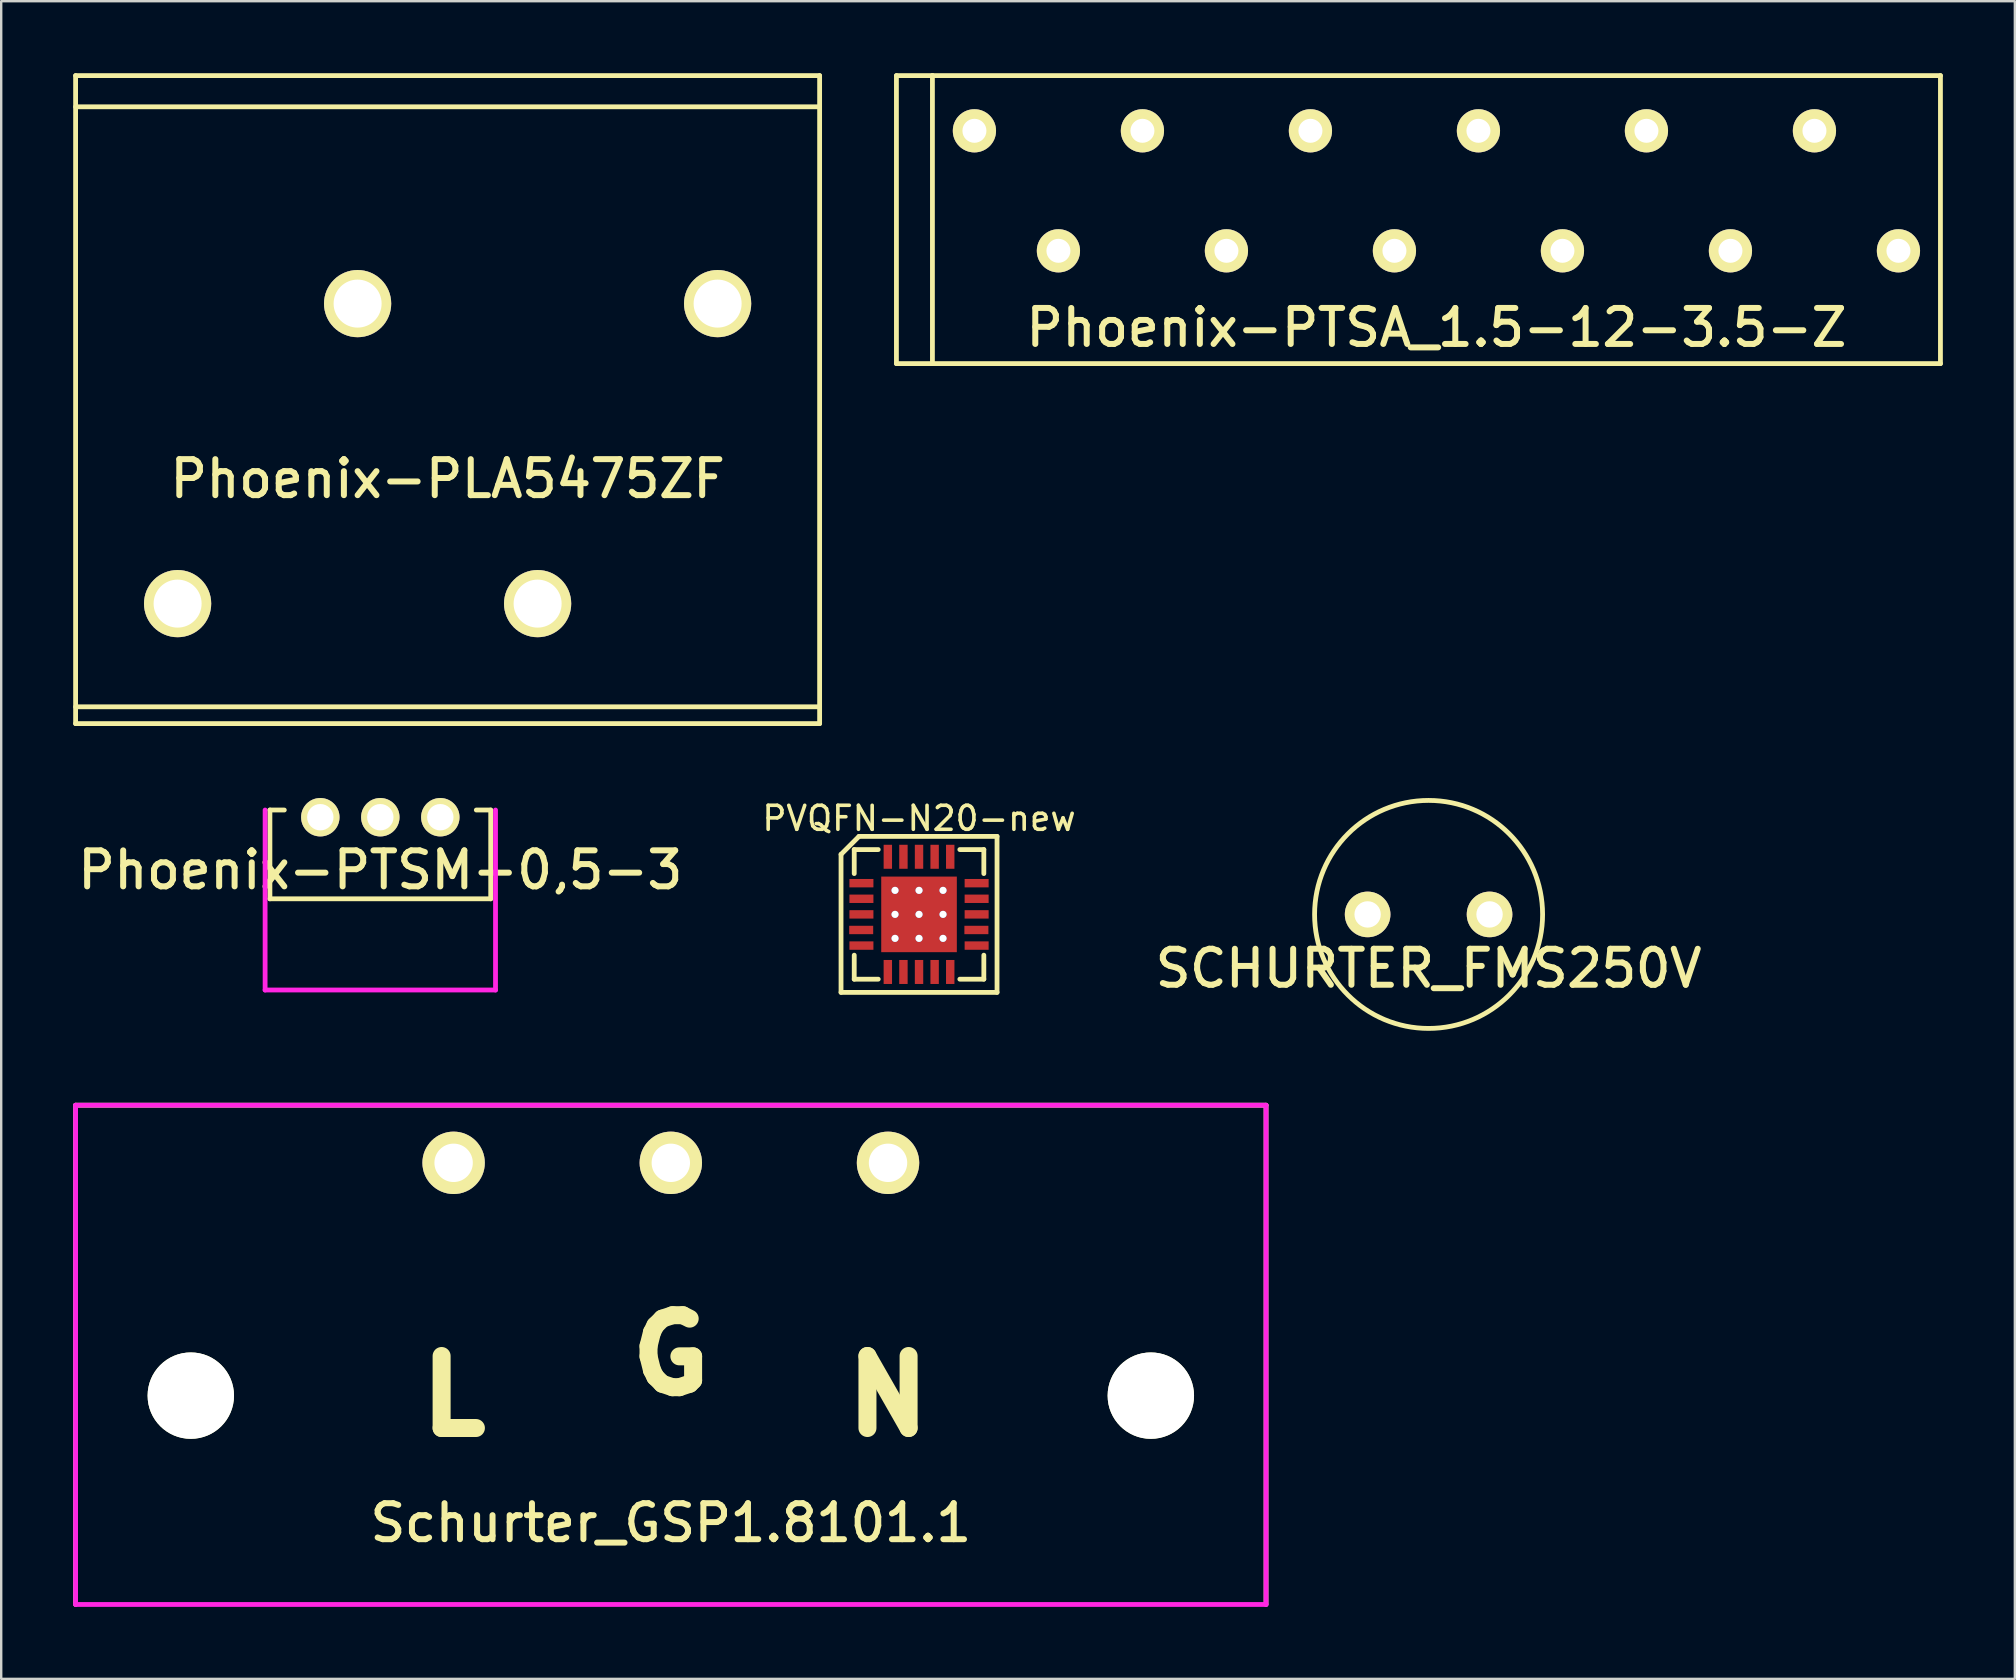
<source format=kicad_pcb>
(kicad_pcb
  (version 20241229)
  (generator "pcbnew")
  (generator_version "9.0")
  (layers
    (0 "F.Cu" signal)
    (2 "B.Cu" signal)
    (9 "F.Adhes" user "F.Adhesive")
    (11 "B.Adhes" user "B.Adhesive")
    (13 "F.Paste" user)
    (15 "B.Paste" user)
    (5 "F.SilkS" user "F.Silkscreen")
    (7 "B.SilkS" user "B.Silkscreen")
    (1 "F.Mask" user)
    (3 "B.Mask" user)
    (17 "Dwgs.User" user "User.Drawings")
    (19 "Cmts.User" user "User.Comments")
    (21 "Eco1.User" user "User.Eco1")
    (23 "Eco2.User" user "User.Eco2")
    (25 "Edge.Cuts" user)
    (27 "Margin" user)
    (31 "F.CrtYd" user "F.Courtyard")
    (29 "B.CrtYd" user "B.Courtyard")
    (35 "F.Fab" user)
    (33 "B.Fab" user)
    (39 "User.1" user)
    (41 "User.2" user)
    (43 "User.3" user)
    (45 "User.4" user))
  (footprint "SCHURTER_FMS250V"
    (layer "F.Cu")
    (at 56.473 35.05)
    (property "Reference" "SCHURTER_FMS250V" (at 0 2.25 0) (layer "F.SilkS") (effects (font (size 1.5 1.5) (thickness 0.25))))
    (attr through_hole)
    (fp_circle (center 0 0) (end 4.75 0) (stroke (width 0.2) (type solid)) (fill no) (layer "F.SilkS"))
    (pad "1" thru_hole circle (at -2.54 0) (size 1.9 1.9) (drill 1.1) (layers "*.Cu" "*.Mask" "F.SilkS"))
    (pad "2" thru_hole circle (at 2.54 0) (size 1.9 1.9) (drill 1.1) (layers "*.Cu" "*.Mask" "F.SilkS")))
  (footprint "Phoenix-PLA5475ZF"
    (layer "F.Cu")
    (at 15.6 13.9)
    (property "Reference" "Phoenix-PLA5475ZF" (at 0 3 0) (layer "F.SilkS") (effects (font (size 1.5 1.5) (thickness 0.25))))
    (attr through_hole)
    (fp_line (start -15.5 -13.8) (end -15.5 13.2) (stroke (width 0.2) (type solid)) (layer "F.SilkS"))
    (fp_line (start -15.5 12.5) (end 15.5 12.5) (stroke (width 0.2) (type solid)) (layer "F.SilkS"))
    (fp_line (start -15.5 13.2) (end 15.5 13.2) (stroke (width 0.2) (type solid)) (layer "F.SilkS"))
    (fp_line (start 15.5 -13.8) (end -15.5 -13.8) (stroke (width 0.2) (type solid)) (layer "F.SilkS"))
    (fp_line (start 15.5 -12.5) (end -15.5 -12.5) (stroke (width 0.2) (type solid)) (layer "F.SilkS"))
    (fp_line (start 15.5 13.2) (end 15.5 -13.8) (stroke (width 0.2) (type solid)) (layer "F.SilkS"))
    (pad "1" thru_hole circle (at -11.25 8.2) (size 2.8 2.8) (drill 2) (layers "*.Cu" "*.Mask" "F.SilkS"))
    (pad "2" thru_hole circle (at -3.75 -4.3) (size 2.8 2.8) (drill 2) (layers "*.Cu" "*.Mask" "F.SilkS"))
    (pad "3" thru_hole circle (at 3.75 8.2) (size 2.8 2.8) (drill 2) (layers "*.Cu" "*.Mask" "F.SilkS"))
    (pad "4" thru_hole circle (at 11.25 -4.3) (size 2.8 2.8) (drill 2) (layers "*.Cu" "*.Mask" "F.SilkS")))
  (footprint "Schurter_GSP1.8101.1"
    (layer "F.Cu")
    (at 24.9 45.4)
    (property "Reference" "Schurter_GSP1.8101.1" (at 0 15 0) (layer "F.SilkS") (effects (font (size 1.5 1.5) (thickness 0.25))))
    (attr through_hole)
    (fp_line (start -24.8 18.4) (end -24.8 -2.4) (stroke (width 0.2) (type solid)) (layer "F.SilkS"))
    (fp_line (start 24.8 -2.4) (end -24.8 -2.4) (stroke (width 0.2) (type solid)) (layer "F.SilkS"))
    (fp_line (start 24.8 18.4) (end 24.8 -2.4) (stroke (width 0.2) (type solid)) (layer "F.SilkS"))
    (fp_line (start -24.8 18.4) (end -24.8 -2.4) (stroke (width 0.2) (type solid)) (layer "F.CrtYd"))
    (fp_line (start -24.8 18.4) (end 24.8 18.4) (stroke (width 0.2) (type solid)) (layer "F.CrtYd"))
    (fp_line (start 24.8 -2.4) (end -24.8 -2.4) (stroke (width 0.2) (type solid)) (layer "F.CrtYd"))
    (fp_line (start 24.8 18.4) (end 24.8 -2.4) (stroke (width 0.2) (type solid)) (layer "F.CrtYd"))
    (fp_text user "G" (at 0 8 0) (layer "F.SilkS") (effects (font (size 3 3) (thickness 0.75))))
    (fp_text user "L" (at -9.05 9.7 0) (layer "F.SilkS") (effects (font (size 3 3) (thickness 0.75))))
    (fp_text user "N" (at 9.05 9.7 0) (layer "F.SilkS") (effects (font (size 3 3) (thickness 0.75))))
    (pad "" np_thru_hole circle (at -20 9.7) (size 3.6 3.6) (drill 3.6) (layers "*.Cu" "*.Mask" "F.SilkS"))
    (pad "" np_thru_hole circle (at 20 9.7) (size 3.6 3.6) (drill 3.6) (layers "*.Cu" "*.Mask" "F.SilkS"))
    (pad "1" thru_hole circle (at -9.05 0) (size 2.6 2.6) (drill 1.6) (layers "*.Cu" "*.Mask" "F.SilkS"))
    (pad "2" thru_hole circle (at 0 0) (size 2.6 2.6) (drill 1.6) (layers "*.Cu" "*.Mask" "F.SilkS"))
    (pad "3" thru_hole circle (at 9.05 0) (size 2.6 2.6) (drill 1.6) (layers "*.Cu" "*.Mask" "F.SilkS")))
  (footprint "PVQFN-N20-new"
    (layer "F.Cu")
    (at 35.242 35.048)
    (property "Reference" "PVQFN-N20-new" (at 0 -4 0) (layer "F.SilkS") (effects (font (size 1 1) (thickness 0.15))))
    (attr smd)
    (fp_line (start -3.25 -2.5) (end -3.25 3.25) (stroke (width 0.2) (type solid)) (layer "F.SilkS"))
    (fp_line (start -3.25 3.25) (end 3.25 3.25) (stroke (width 0.2) (type solid)) (layer "F.SilkS"))
    (fp_line (start -2.7 -2.7) (end -2.7 -1.7) (stroke (width 0.2) (type solid)) (layer "F.SilkS"))
    (fp_line (start -2.7 1.7) (end -2.7 2.7) (stroke (width 0.2) (type solid)) (layer "F.SilkS"))
    (fp_line (start -2.5 -3.25) (end -3.25 -2.5) (stroke (width 0.2) (type solid)) (layer "F.SilkS"))
    (fp_line (start -2.5 -3.25) (end 3.25 -3.25) (stroke (width 0.2) (type solid)) (layer "F.SilkS"))
    (fp_line (start -1.7 -2.7) (end -2.7 -2.7) (stroke (width 0.2) (type solid)) (layer "F.SilkS"))
    (fp_line (start -1.7 2.7) (end -2.7 2.7) (stroke (width 0.2) (type solid)) (layer "F.SilkS"))
    (fp_line (start 1.7 -2.7) (end 2.7 -2.7) (stroke (width 0.2) (type solid)) (layer "F.SilkS"))
    (fp_line (start 1.7 2.7) (end 2.7 2.7) (stroke (width 0.2) (type solid)) (layer "F.SilkS"))
    (fp_line (start 2.7 -1.7) (end 2.7 -2.7) (stroke (width 0.2) (type solid)) (layer "F.SilkS"))
    (fp_line (start 2.7 1.7) (end 2.7 2.7) (stroke (width 0.2) (type solid)) (layer "F.SilkS"))
    (fp_line (start 3.25 3.25) (end 3.25 -3.25) (stroke (width 0.2) (type solid)) (layer "F.SilkS"))
    (pad "" smd rect (at -0.8 -0.8) (size 1.5 1.5) (layers "F.Paste"))
    (pad "" smd rect (at -0.8 0.8) (size 1.5 1.5) (layers "F.Paste"))
    (pad "" smd rect (at 0.8 -0.8) (size 1.5 1.5) (layers "F.Paste"))
    (pad "" smd rect (at 0.8 0.8) (size 1.5 1.5) (layers "F.Paste"))
    (pad "1" smd rect (at -2.4 -1.3) (size 1 0.35) (layers "F.Cu" "F.Mask" "F.Paste"))
    (pad "2" smd rect (at -2.4 -0.65) (size 1 0.35) (layers "F.Cu" "F.Mask" "F.Paste"))
    (pad "3" smd rect (at -2.4 0) (size 1 0.35) (layers "F.Cu" "F.Mask" "F.Paste"))
    (pad "4" smd rect (at -2.41 0.65) (size 1 0.35) (layers "F.Cu" "F.Mask" "F.Paste"))
    (pad "5" smd rect (at -2.4 1.3) (size 1 0.35) (layers "F.Cu" "F.Mask" "F.Paste"))
    (pad "6" smd rect (at -1.3 2.4) (size 0.35 1) (layers "F.Cu" "F.Mask" "F.Paste"))
    (pad "7" smd rect (at -0.65 2.4) (size 0.35 1) (layers "F.Cu" "F.Mask" "F.Paste"))
    (pad "8" smd rect (at 0 2.4) (size 0.35 1) (layers "F.Cu" "F.Mask" "F.Paste"))
    (pad "9" smd rect (at 0.65 2.4) (size 0.35 1) (layers "F.Cu" "F.Mask" "F.Paste"))
    (pad "10" smd rect (at 1.3 2.4) (size 0.35 1) (layers "F.Cu" "F.Mask" "F.Paste"))
    (pad "11" smd rect (at 2.4 1.3) (size 1 0.35) (layers "F.Cu" "F.Mask" "F.Paste"))
    (pad "12" smd rect (at 2.39 0.65) (size 1 0.35) (layers "F.Cu" "F.Mask" "F.Paste"))
    (pad "13" smd rect (at 2.4 0) (size 1 0.35) (layers "F.Cu" "F.Mask" "F.Paste"))
    (pad "14" smd rect (at 2.4 -0.65) (size 1 0.35) (layers "F.Cu" "F.Mask" "F.Paste"))
    (pad "15" smd rect (at 2.4 -1.3) (size 1 0.35) (layers "F.Cu" "F.Mask" "F.Paste"))
    (pad "16" smd rect (at 1.3 -2.4) (size 0.35 1) (layers "F.Cu" "F.Mask" "F.Paste"))
    (pad "17" smd rect (at 0.65 -2.4) (size 0.35 1) (layers "F.Cu" "F.Mask" "F.Paste"))
    (pad "18" smd rect (at 0 -2.4) (size 0.35 1) (layers "F.Cu" "F.Mask" "F.Paste"))
    (pad "19" smd rect (at -0.65 -2.4) (size 0.35 1) (layers "F.Cu" "F.Mask" "F.Paste"))
    (pad "20" smd rect (at -1.3 -2.4) (size 0.35 1) (layers "F.Cu" "F.Mask" "F.Paste"))
    (pad "21" thru_hole circle (at -1 -1) (size 0.3 0.3) (drill 0.3) (layers "*.Cu"))
    (pad "21" thru_hole circle (at -1 0) (size 0.3 0.3) (drill 0.3) (layers "*.Cu"))
    (pad "21" thru_hole circle (at -1 1) (size 0.3 0.3) (drill 0.3) (layers "*.Cu"))
    (pad "21" thru_hole circle (at 0 -1) (size 0.3 0.3) (drill 0.3) (layers "*.Cu"))
    (pad "21" thru_hole circle (at 0 0) (size 0.3 0.3) (drill 0.3) (layers "*.Cu"))
    (pad "21" smd rect (at 0 0) (size 3.15 3.15) (layers "F.Cu" "F.Mask"))
    (pad "21" thru_hole circle (at 0 1) (size 0.3 0.3) (drill 0.3) (layers "*.Cu"))
    (pad "21" thru_hole circle (at 1 -1) (size 0.3 0.3) (drill 0.3) (layers "*.Cu"))
    (pad "21" thru_hole circle (at 1 0) (size 0.3 0.3) (drill 0.3) (layers "*.Cu"))
    (pad "21" thru_hole circle (at 1 1) (size 0.3 0.3) (drill 0.3) (layers "*.Cu")))
  (footprint "Phoenix-PTSA_1.5-12-3.5-Z"
    (layer "F.Cu")
    (at 56.8 6.1)
    (property "Reference" "Phoenix-PTSA_1.5-12-3.5-Z" (at 0 4.5 0) (layer "F.SilkS") (effects (font (size 1.5 1.5) (thickness 0.25))))
    (attr through_hole)
    (fp_line (start -22.5 -6) (end -22.5 6) (stroke (width 0.2) (type solid)) (layer "F.SilkS"))
    (fp_line (start -22.5 6) (end -21 6) (stroke (width 0.2) (type solid)) (layer "F.SilkS"))
    (fp_line (start -21 -6) (end -22.5 -6) (stroke (width 0.2) (type solid)) (layer "F.SilkS"))
    (fp_line (start -21 -6) (end -21 6) (stroke (width 0.2) (type solid)) (layer "F.SilkS"))
    (fp_line (start -21 -6) (end 21 -6) (stroke (width 0.2) (type solid)) (layer "F.SilkS"))
    (fp_line (start -21 6) (end 21 6) (stroke (width 0.2) (type solid)) (layer "F.SilkS"))
    (fp_line (start 21 -6) (end 21 6) (stroke (width 0.2) (type solid)) (layer "F.SilkS"))
    (pad "1" thru_hole circle (at -19.25 -3.7) (size 1.8 1.8) (drill 1) (layers "*.Cu" "*.Mask" "F.SilkS"))
    (pad "2" thru_hole circle (at -15.75 1.3 90) (size 1.8 1.8) (drill 1) (layers "*.Cu" "*.Mask" "F.SilkS"))
    (pad "3" thru_hole circle (at -12.25 -3.7) (size 1.8 1.8) (drill 1) (layers "*.Cu" "*.Mask" "F.SilkS"))
    (pad "4" thru_hole circle (at -8.75 1.3) (size 1.8 1.8) (drill 1) (layers "*.Cu" "*.Mask" "F.SilkS"))
    (pad "5" thru_hole circle (at -5.25 -3.7) (size 1.8 1.8) (drill 1) (layers "*.Cu" "*.Mask" "F.SilkS"))
    (pad "6" thru_hole circle (at -1.75 1.3) (size 1.8 1.8) (drill 1) (layers "*.Cu" "*.Mask" "F.SilkS"))
    (pad "7" thru_hole circle (at 1.75 -3.7) (size 1.8 1.8) (drill 1) (layers "*.Cu" "*.Mask" "F.SilkS"))
    (pad "8" thru_hole circle (at 5.25 1.3 180) (size 1.8 1.8) (drill 1) (layers "*.Cu" "*.Mask" "F.SilkS"))
    (pad "9" thru_hole circle (at 8.75 -3.7) (size 1.8 1.8) (drill 1) (layers "*.Cu" "*.Mask" "F.SilkS"))
    (pad "10" thru_hole circle (at 12.25 1.3) (size 1.8 1.8) (drill 1) (layers "*.Cu" "*.Mask" "F.SilkS"))
    (pad "11" thru_hole circle (at 15.75 -3.7) (size 1.8 1.8) (drill 1) (layers "*.Cu" "*.Mask" "F.SilkS"))
    (pad "12" thru_hole circle (at 19.25 1.3) (size 1.8 1.8) (drill 1) (layers "*.Cu" "*.Mask" "F.SilkS")))
  (footprint "Phoenix-PTSM-0,5-3"
    (layer "F.Cu")
    (at 12.796 31)
    (property "Reference" "Phoenix-PTSM-0,5-3" (at 0 2.2 0) (layer "F.SilkS") (effects (font (size 1.5 1.5) (thickness 0.25))))
    (attr through_hole)
    (fp_line (start -4.6 -0.3) (end -4 -0.3) (stroke (width 0.2) (type solid)) (layer "F.SilkS"))
    (fp_line (start -4.6 3.4) (end -4.6 -0.3) (stroke (width 0.2) (type solid)) (layer "F.SilkS"))
    (fp_line (start -4.6 3.4) (end 4.6 3.4) (stroke (width 0.2) (type solid)) (layer "F.SilkS"))
    (fp_line (start 4 -0.3) (end 4.6 -0.3) (stroke (width 0.2) (type solid)) (layer "F.SilkS"))
    (fp_line (start 4.6 3.4) (end 4.6 -0.3) (stroke (width 0.2) (type solid)) (layer "F.SilkS"))
    (fp_line (start -4.8 7.2) (end -4.8 -0.3) (stroke (width 0.2) (type solid)) (layer "F.CrtYd"))
    (fp_line (start -4.8 7.2) (end 4.8 7.2) (stroke (width 0.2) (type solid)) (layer "F.CrtYd"))
    (fp_line (start 4.8 7.2) (end 4.8 -0.3) (stroke (width 0.2) (type solid)) (layer "F.CrtYd"))
    (pad "1" thru_hole circle (at -2.5 0) (size 1.6 1.6) (drill 1.1) (layers "*.Cu" "*.Mask" "F.SilkS"))
    (pad "2" thru_hole circle (at 0 0) (size 1.6 1.6) (drill 1.1) (layers "*.Cu" "*.Mask" "F.SilkS"))
    (pad "3" thru_hole circle (at 2.5 0) (size 1.6 1.6) (drill 1.1) (layers "*.Cu" "*.Mask" "F.SilkS")))
  (gr_rect
    (start -3 -3)
    (end 80.9 66.9)
    (stroke (width 0.1) (type default))
    (fill no)
    (layer "Edge.Cuts")))
</source>
